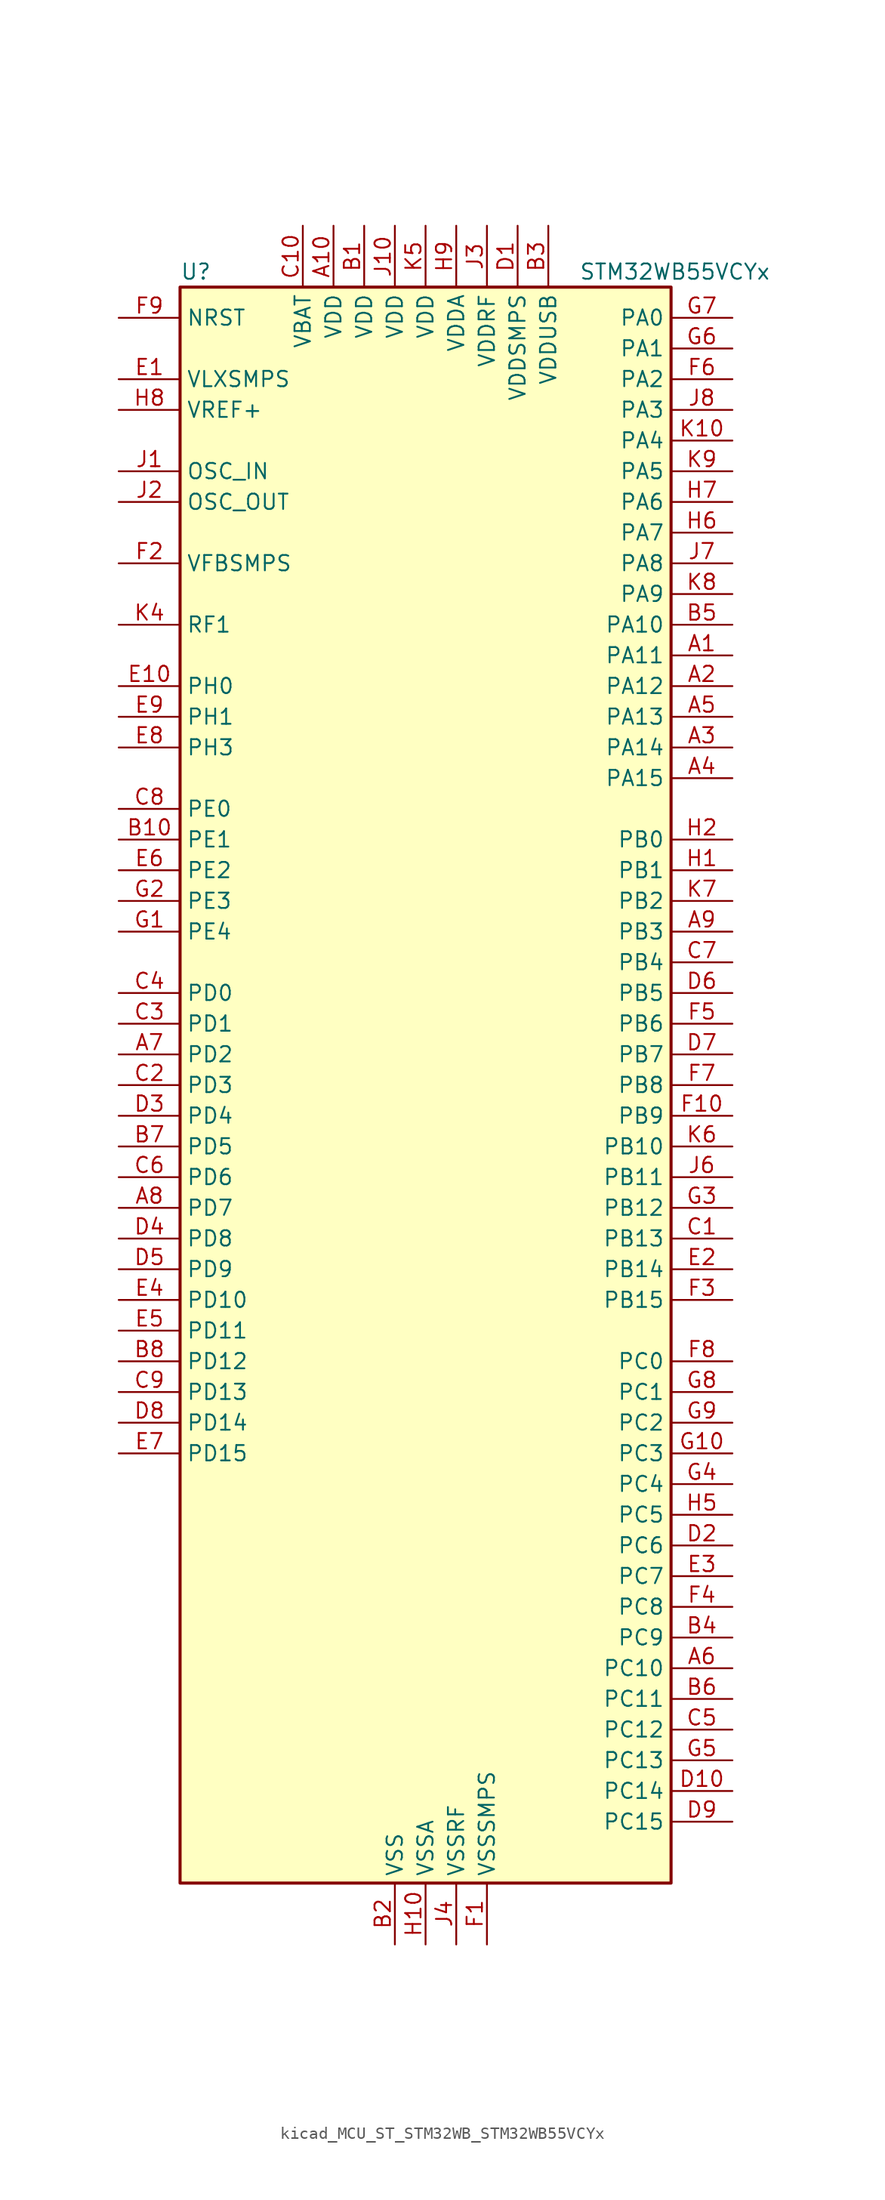
<source format=kicad_sym>
(kicad_symbol_lib
  (version 20220914)
  (generator kicad_symbol_editor)
  (symbol "kicad_MCU_ST_STM32WB_STM32WB55VCYx"
    (property "Reference" "U"
      (at -20.32 67.31 0)
      (effects (font (size 1.27 1.27)) (justify left)))
    (property "Value" "STM32WB55VCYx"
      (at 12.7 67.31 0)
      (effects (font (size 1.27 1.27)) (justify left)))
    (property "ki_locked" ""
      (at 0 0 0)
      (effects (font (size 1.27 1.27))))
    (symbol "kicad_MCU_ST_STM32WB_STM32WB55VCYx_0_1"
      (rectangle (start -20.32 -66.04) (end 20.32 66.04) (stroke (width 0.254) (type default)) (fill (type background))))
    (symbol "kicad_MCU_ST_STM32WB_STM32WB55VCYx_1_1"
      (pin bidirectional line (at 25.4 35.56 180) (length 5.08) (name "PA11" (effects (font (size 1.27 1.27)))) (number "A1" (effects (font (size 1.27 1.27)))) (alternate "ADC1_EXTI11" bidirectional line) (alternate "SPI1_MISO" bidirectional line) (alternate "TIM1_BKIN2" bidirectional line) (alternate "TIM1_CH4" bidirectional line) (alternate "USART1_CTS" bidirectional line) (alternate "USART1_NSS" bidirectional line) (alternate "USB_DM" bidirectional line))
      (pin power_in line (at -7.62 71.12 270) (length 5.08) (name "VDD" (effects (font (size 1.27 1.27)))) (number "A10" (effects (font (size 1.27 1.27)))))
      (pin bidirectional line (at 25.4 33.02 180) (length 5.08) (name "PA12" (effects (font (size 1.27 1.27)))) (number "A2" (effects (font (size 1.27 1.27)))) (alternate "LPUART1_RX" bidirectional line) (alternate "SPI1_MOSI" bidirectional line) (alternate "TIM1_ETR" bidirectional line) (alternate "USART1_DE" bidirectional line) (alternate "USART1_RTS" bidirectional line) (alternate "USB_DP" bidirectional line))
      (pin bidirectional line (at 25.4 27.94 180) (length 5.08) (name "PA14" (effects (font (size 1.27 1.27)))) (number "A3" (effects (font (size 1.27 1.27)))) (alternate "I2C1_SMBA" bidirectional line) (alternate "LCD_SEG5" bidirectional line) (alternate "LPTIM1_OUT" bidirectional line) (alternate "SAI1_FS_B" bidirectional line) (alternate "SYS_JTCK-SWCLK" bidirectional line))
      (pin bidirectional line (at 25.4 25.4 180) (length 5.08) (name "PA15" (effects (font (size 1.27 1.27)))) (number "A4" (effects (font (size 1.27 1.27)))) (alternate "ADC1_EXTI15" bidirectional line) (alternate "LCD_SEG17" bidirectional line) (alternate "RCC_MCO" bidirectional line) (alternate "SPI1_NSS" bidirectional line) (alternate "SYS_JTDI" bidirectional line) (alternate "TIM2_CH1" bidirectional line) (alternate "TIM2_ETR" bidirectional line) (alternate "TSC_G3_IO1" bidirectional line))
      (pin bidirectional line (at 25.4 30.48 180) (length 5.08) (name "PA13" (effects (font (size 1.27 1.27)))) (number "A5" (effects (font (size 1.27 1.27)))) (alternate "IR_OUT" bidirectional line) (alternate "SAI1_SD_B" bidirectional line) (alternate "SYS_JTMS-SWDIO" bidirectional line) (alternate "USB_NOE" bidirectional line))
      (pin bidirectional line (at 25.4 -48.26 180) (length 5.08) (name "PC10" (effects (font (size 1.27 1.27)))) (number "A6" (effects (font (size 1.27 1.27)))) (alternate "LCD_COM4" bidirectional line) (alternate "LCD_SEG28" bidirectional line) (alternate "LCD_SEG40" bidirectional line) (alternate "SYS_TRACED1" bidirectional line) (alternate "TSC_G3_IO2" bidirectional line))
      (pin bidirectional line (at -25.4 2.54 0) (length 5.08) (name "PD2" (effects (font (size 1.27 1.27)))) (number "A7" (effects (font (size 1.27 1.27)))) (alternate "LCD_COM7" bidirectional line) (alternate "LCD_SEG31" bidirectional line) (alternate "LCD_SEG43" bidirectional line) (alternate "SYS_TRACED2" bidirectional line) (alternate "TSC_SYNC" bidirectional line))
      (pin bidirectional line (at -25.4 -10.16 0) (length 5.08) (name "PD7" (effects (font (size 1.27 1.27)))) (number "A8" (effects (font (size 1.27 1.27)))) (alternate "LCD_SEG39" bidirectional line) (alternate "QUADSPI_BK1_IO3" bidirectional line) (alternate "TSC_G5_IO4" bidirectional line))
      (pin bidirectional line (at 25.4 12.7 180) (length 5.08) (name "PB3" (effects (font (size 1.27 1.27)))) (number "A9" (effects (font (size 1.27 1.27)))) (alternate "COMP2_INM" bidirectional line) (alternate "LCD_SEG7" bidirectional line) (alternate "SAI1_SCK_B" bidirectional line) (alternate "SPI1_SCK" bidirectional line) (alternate "SYS_JTDO-SWO" bidirectional line) (alternate "TIM2_CH2" bidirectional line) (alternate "USART1_DE" bidirectional line) (alternate "USART1_RTS" bidirectional line))
      (pin power_in line (at -5.08 71.12 270) (length 5.08) (name "VDD" (effects (font (size 1.27 1.27)))) (number "B1" (effects (font (size 1.27 1.27)))))
      (pin bidirectional line (at -25.4 20.32 0) (length 5.08) (name "PE1" (effects (font (size 1.27 1.27)))) (number "B10" (effects (font (size 1.27 1.27)))) (alternate "LCD_SEG37" bidirectional line) (alternate "TIM17_CH1" bidirectional line) (alternate "TSC_G7_IO2" bidirectional line))
      (pin power_in line (at -2.54 -71.12 90) (length 5.08) (name "VSS" (effects (font (size 1.27 1.27)))) (number "B2" (effects (font (size 1.27 1.27)))))
      (pin power_in line (at 10.16 71.12 270) (length 5.08) (name "VDDUSB" (effects (font (size 1.27 1.27)))) (number "B3" (effects (font (size 1.27 1.27)))))
      (pin bidirectional line (at 25.4 -45.72 180) (length 5.08) (name "PC9" (effects (font (size 1.27 1.27)))) (number "B4" (effects (font (size 1.27 1.27)))) (alternate "LCD_SEG27" bidirectional line) (alternate "SAI1_SCK_B" bidirectional line) (alternate "TIM1_BKIN" bidirectional line) (alternate "TSC_G4_IO4" bidirectional line) (alternate "USB_NOE" bidirectional line))
      (pin bidirectional line (at 25.4 38.1 180) (length 5.08) (name "PA10" (effects (font (size 1.27 1.27)))) (number "B5" (effects (font (size 1.27 1.27)))) (alternate "CRS_SYNC" bidirectional line) (alternate "I2C1_SDA" bidirectional line) (alternate "LCD_COM2" bidirectional line) (alternate "SAI1_D1" bidirectional line) (alternate "SAI1_SD_A" bidirectional line) (alternate "TIM17_BKIN" bidirectional line) (alternate "TIM1_CH3" bidirectional line) (alternate "USART1_RX" bidirectional line))
      (pin bidirectional line (at 25.4 -50.8 180) (length 5.08) (name "PC11" (effects (font (size 1.27 1.27)))) (number "B6" (effects (font (size 1.27 1.27)))) (alternate "ADC1_EXTI11" bidirectional line) (alternate "LCD_COM5" bidirectional line) (alternate "LCD_SEG29" bidirectional line) (alternate "LCD_SEG41" bidirectional line) (alternate "TSC_G3_IO3" bidirectional line))
      (pin bidirectional line (at -25.4 -5.08 0) (length 5.08) (name "PD5" (effects (font (size 1.27 1.27)))) (number "B7" (effects (font (size 1.27 1.27)))) (alternate "QUADSPI_BK1_IO1" bidirectional line) (alternate "SAI1_MCLK_B" bidirectional line) (alternate "TSC_G5_IO2" bidirectional line))
      (pin bidirectional line (at -25.4 -22.86 0) (length 5.08) (name "PD12" (effects (font (size 1.27 1.27)))) (number "B8" (effects (font (size 1.27 1.27)))) (alternate "LCD_SEG32" bidirectional line) (alternate "LPTIM2_IN1" bidirectional line) (alternate "TSC_G6_IO3" bidirectional line))
      (pin passive line (at -2.54 -71.12 90) (length 5.08) hide (name "VSS" (effects (font (size 1.27 1.27)))) (number "B9" (effects (font (size 1.27 1.27)))))
      (pin bidirectional line (at 25.4 -12.7 180) (length 5.08) (name "PB13" (effects (font (size 1.27 1.27)))) (number "C1" (effects (font (size 1.27 1.27)))) (alternate "I2C3_SCL" bidirectional line) (alternate "LCD_SEG13" bidirectional line) (alternate "LPUART1_CTS" bidirectional line) (alternate "SAI1_SCK_A" bidirectional line) (alternate "SPI2_SCK" bidirectional line) (alternate "TIM1_CH1N" bidirectional line) (alternate "TSC_G1_IO2" bidirectional line))
      (pin power_in line (at -10.16 71.12 270) (length 5.08) (name "VBAT" (effects (font (size 1.27 1.27)))) (number "C10" (effects (font (size 1.27 1.27)))))
      (pin bidirectional line (at -25.4 0 0) (length 5.08) (name "PD3" (effects (font (size 1.27 1.27)))) (number "C2" (effects (font (size 1.27 1.27)))) (alternate "QUADSPI_BK1_NCS" bidirectional line) (alternate "SPI2_MISO" bidirectional line) (alternate "SPI2_SCK" bidirectional line))
      (pin bidirectional line (at -25.4 5.08 0) (length 5.08) (name "PD1" (effects (font (size 1.27 1.27)))) (number "C3" (effects (font (size 1.27 1.27)))) (alternate "SPI2_SCK" bidirectional line))
      (pin bidirectional line (at -25.4 7.62 0) (length 5.08) (name "PD0" (effects (font (size 1.27 1.27)))) (number "C4" (effects (font (size 1.27 1.27)))) (alternate "SPI2_NSS" bidirectional line))
      (pin bidirectional line (at 25.4 -53.34 180) (length 5.08) (name "PC12" (effects (font (size 1.27 1.27)))) (number "C5" (effects (font (size 1.27 1.27)))) (alternate "LCD_COM6" bidirectional line) (alternate "LCD_SEG30" bidirectional line) (alternate "LCD_SEG42" bidirectional line) (alternate "RCC_LSCO" bidirectional line) (alternate "RTC_TAMP3" bidirectional line) (alternate "SYS_TRACED3" bidirectional line) (alternate "SYS_WKUP3" bidirectional line) (alternate "TSC_G3_IO4" bidirectional line))
      (pin bidirectional line (at -25.4 -7.62 0) (length 5.08) (name "PD6" (effects (font (size 1.27 1.27)))) (number "C6" (effects (font (size 1.27 1.27)))) (alternate "QUADSPI_BK1_IO2" bidirectional line) (alternate "SAI1_D1" bidirectional line) (alternate "SAI1_SD_A" bidirectional line) (alternate "TSC_G5_IO3" bidirectional line))
      (pin bidirectional line (at 25.4 10.16 180) (length 5.08) (name "PB4" (effects (font (size 1.27 1.27)))) (number "C7" (effects (font (size 1.27 1.27)))) (alternate "COMP2_INP" bidirectional line) (alternate "I2C3_SDA" bidirectional line) (alternate "LCD_SEG8" bidirectional line) (alternate "SAI1_MCLK_B" bidirectional line) (alternate "SPI1_MISO" bidirectional line) (alternate "SYS_JTRST" bidirectional line) (alternate "TIM17_BKIN" bidirectional line) (alternate "TSC_G2_IO1" bidirectional line) (alternate "USART1_CTS" bidirectional line) (alternate "USART1_NSS" bidirectional line))
      (pin bidirectional line (at -25.4 22.86 0) (length 5.08) (name "PE0" (effects (font (size 1.27 1.27)))) (number "C8" (effects (font (size 1.27 1.27)))) (alternate "LCD_SEG36" bidirectional line) (alternate "TIM16_CH1" bidirectional line) (alternate "TIM1_ETR" bidirectional line) (alternate "TSC_G7_IO3" bidirectional line))
      (pin bidirectional line (at -25.4 -25.4 0) (length 5.08) (name "PD13" (effects (font (size 1.27 1.27)))) (number "C9" (effects (font (size 1.27 1.27)))) (alternate "LCD_SEG33" bidirectional line) (alternate "LPTIM2_OUT" bidirectional line) (alternate "TSC_G6_IO4" bidirectional line))
      (pin power_in line (at 7.62 71.12 270) (length 5.08) (name "VDDSMPS" (effects (font (size 1.27 1.27)))) (number "D1" (effects (font (size 1.27 1.27)))))
      (pin bidirectional line (at 25.4 -58.42 180) (length 5.08) (name "PC14" (effects (font (size 1.27 1.27)))) (number "D10" (effects (font (size 1.27 1.27)))) (alternate "RCC_OSC32_IN" bidirectional line))
      (pin bidirectional line (at 25.4 -38.1 180) (length 5.08) (name "PC6" (effects (font (size 1.27 1.27)))) (number "D2" (effects (font (size 1.27 1.27)))) (alternate "LCD_SEG24" bidirectional line) (alternate "TSC_G4_IO1" bidirectional line))
      (pin bidirectional line (at -25.4 -2.54 0) (length 5.08) (name "PD4" (effects (font (size 1.27 1.27)))) (number "D3" (effects (font (size 1.27 1.27)))) (alternate "QUADSPI_BK1_IO0" bidirectional line) (alternate "SPI2_MOSI" bidirectional line) (alternate "TSC_G5_IO1" bidirectional line))
      (pin bidirectional line (at -25.4 -12.7 0) (length 5.08) (name "PD8" (effects (font (size 1.27 1.27)))) (number "D4" (effects (font (size 1.27 1.27)))) (alternate "LCD_SEG28" bidirectional line) (alternate "TIM1_BKIN2" bidirectional line))
      (pin bidirectional line (at -25.4 -15.24 0) (length 5.08) (name "PD9" (effects (font (size 1.27 1.27)))) (number "D5" (effects (font (size 1.27 1.27)))) (alternate "LCD_SEG29" bidirectional line) (alternate "SYS_TRACED0" bidirectional line))
      (pin bidirectional line (at 25.4 7.62 180) (length 5.08) (name "PB5" (effects (font (size 1.27 1.27)))) (number "D6" (effects (font (size 1.27 1.27)))) (alternate "COMP2_OUT" bidirectional line) (alternate "I2C1_SMBA" bidirectional line) (alternate "LCD_SEG9" bidirectional line) (alternate "LPTIM1_IN1" bidirectional line) (alternate "LPUART1_TX" bidirectional line) (alternate "SAI1_SD_B" bidirectional line) (alternate "SPI1_MOSI" bidirectional line) (alternate "TIM16_BKIN" bidirectional line) (alternate "TSC_G2_IO2" bidirectional line) (alternate "USART1_CK" bidirectional line))
      (pin bidirectional line (at 25.4 2.54 180) (length 5.08) (name "PB7" (effects (font (size 1.27 1.27)))) (number "D7" (effects (font (size 1.27 1.27)))) (alternate "COMP2_INM" bidirectional line) (alternate "I2C1_SDA" bidirectional line) (alternate "LCD_SEG21" bidirectional line) (alternate "LPTIM1_IN2" bidirectional line) (alternate "SYS_PVD_IN" bidirectional line) (alternate "TIM17_CH1N" bidirectional line) (alternate "TIM1_BKIN" bidirectional line) (alternate "TSC_G2_IO4" bidirectional line) (alternate "USART1_RX" bidirectional line))
      (pin bidirectional line (at -25.4 -27.94 0) (length 5.08) (name "PD14" (effects (font (size 1.27 1.27)))) (number "D8" (effects (font (size 1.27 1.27)))) (alternate "LCD_SEG34" bidirectional line) (alternate "TIM1_CH1" bidirectional line))
      (pin bidirectional line (at 25.4 -60.96 180) (length 5.08) (name "PC15" (effects (font (size 1.27 1.27)))) (number "D9" (effects (font (size 1.27 1.27)))) (alternate "ADC1_EXTI15" bidirectional line) (alternate "RCC_OSC32_OUT" bidirectional line))
      (pin power_in line (at -25.4 58.42 0) (length 5.08) (name "VLXSMPS" (effects (font (size 1.27 1.27)))) (number "E1" (effects (font (size 1.27 1.27)))))
      (pin bidirectional line (at -25.4 33.02 0) (length 5.08) (name "PH0" (effects (font (size 1.27 1.27)))) (number "E10" (effects (font (size 1.27 1.27)))))
      (pin bidirectional line (at 25.4 -15.24 180) (length 5.08) (name "PB14" (effects (font (size 1.27 1.27)))) (number "E2" (effects (font (size 1.27 1.27)))) (alternate "I2C3_SDA" bidirectional line) (alternate "LCD_SEG14" bidirectional line) (alternate "SAI1_MCLK_A" bidirectional line) (alternate "SPI2_MISO" bidirectional line) (alternate "TIM1_CH2N" bidirectional line) (alternate "TSC_G1_IO3" bidirectional line))
      (pin bidirectional line (at 25.4 -40.64 180) (length 5.08) (name "PC7" (effects (font (size 1.27 1.27)))) (number "E3" (effects (font (size 1.27 1.27)))) (alternate "LCD_SEG25" bidirectional line) (alternate "TSC_G4_IO2" bidirectional line))
      (pin bidirectional line (at -25.4 -17.78 0) (length 5.08) (name "PD10" (effects (font (size 1.27 1.27)))) (number "E4" (effects (font (size 1.27 1.27)))) (alternate "LCD_SEG30" bidirectional line) (alternate "SYS_TRIG_INOUT" bidirectional line) (alternate "TSC_G6_IO1" bidirectional line))
      (pin bidirectional line (at -25.4 -20.32 0) (length 5.08) (name "PD11" (effects (font (size 1.27 1.27)))) (number "E5" (effects (font (size 1.27 1.27)))) (alternate "ADC1_EXTI11" bidirectional line) (alternate "LCD_SEG31" bidirectional line) (alternate "LPTIM2_ETR" bidirectional line) (alternate "TSC_G6_IO2" bidirectional line))
      (pin bidirectional line (at -25.4 17.78 0) (length 5.08) (name "PE2" (effects (font (size 1.27 1.27)))) (number "E6" (effects (font (size 1.27 1.27)))) (alternate "LCD_SEG38" bidirectional line) (alternate "SAI1_CK1" bidirectional line) (alternate "SAI1_MCLK_A" bidirectional line) (alternate "SYS_TRACECLK" bidirectional line) (alternate "TSC_G7_IO1" bidirectional line))
      (pin bidirectional line (at -25.4 -30.48 0) (length 5.08) (name "PD15" (effects (font (size 1.27 1.27)))) (number "E7" (effects (font (size 1.27 1.27)))) (alternate "ADC1_EXTI15" bidirectional line) (alternate "LCD_SEG35" bidirectional line) (alternate "TIM1_CH2" bidirectional line))
      (pin bidirectional line (at -25.4 27.94 0) (length 5.08) (name "PH3" (effects (font (size 1.27 1.27)))) (number "E8" (effects (font (size 1.27 1.27)))) (alternate "RCC_LSCO" bidirectional line))
      (pin bidirectional line (at -25.4 30.48 0) (length 5.08) (name "PH1" (effects (font (size 1.27 1.27)))) (number "E9" (effects (font (size 1.27 1.27)))))
      (pin power_in line (at 5.08 -71.12 90) (length 5.08) (name "VSSSMPS" (effects (font (size 1.27 1.27)))) (number "F1" (effects (font (size 1.27 1.27)))))
      (pin bidirectional line (at 25.4 -2.54 180) (length 5.08) (name "PB9" (effects (font (size 1.27 1.27)))) (number "F10" (effects (font (size 1.27 1.27)))) (alternate "I2C1_SDA" bidirectional line) (alternate "IR_OUT" bidirectional line) (alternate "LCD_COM3" bidirectional line) (alternate "QUADSPI_BK1_IO0" bidirectional line) (alternate "SAI1_D2" bidirectional line) (alternate "SAI1_FS_A" bidirectional line) (alternate "SPI2_NSS" bidirectional line) (alternate "TIM17_CH1" bidirectional line) (alternate "TIM1_CH3N" bidirectional line) (alternate "TSC_G7_IO4" bidirectional line))
      (pin input line (at -25.4 43.18 0) (length 5.08) (name "VFBSMPS" (effects (font (size 1.27 1.27)))) (number "F2" (effects (font (size 1.27 1.27)))))
      (pin bidirectional line (at 25.4 -17.78 180) (length 5.08) (name "PB15" (effects (font (size 1.27 1.27)))) (number "F3" (effects (font (size 1.27 1.27)))) (alternate "ADC1_EXTI15" bidirectional line) (alternate "LCD_SEG15" bidirectional line) (alternate "RTC_REFIN" bidirectional line) (alternate "SAI1_SD_A" bidirectional line) (alternate "SPI2_MOSI" bidirectional line) (alternate "TIM1_CH3N" bidirectional line) (alternate "TSC_G1_IO4" bidirectional line))
      (pin bidirectional line (at 25.4 -43.18 180) (length 5.08) (name "PC8" (effects (font (size 1.27 1.27)))) (number "F4" (effects (font (size 1.27 1.27)))) (alternate "LCD_SEG26" bidirectional line) (alternate "TSC_G4_IO3" bidirectional line))
      (pin bidirectional line (at 25.4 5.08 180) (length 5.08) (name "PB6" (effects (font (size 1.27 1.27)))) (number "F5" (effects (font (size 1.27 1.27)))) (alternate "COMP2_INP" bidirectional line) (alternate "I2C1_SCL" bidirectional line) (alternate "LCD_SEG6" bidirectional line) (alternate "LPTIM1_ETR" bidirectional line) (alternate "RCC_MCO" bidirectional line) (alternate "SAI1_FS_B" bidirectional line) (alternate "TIM16_CH1N" bidirectional line) (alternate "TSC_G2_IO3" bidirectional line) (alternate "USART1_TX" bidirectional line))
      (pin bidirectional line (at 25.4 58.42 180) (length 5.08) (name "PA2" (effects (font (size 1.27 1.27)))) (number "F6" (effects (font (size 1.27 1.27)))) (alternate "ADC1_IN7" bidirectional line) (alternate "COMP2_INM" bidirectional line) (alternate "COMP2_OUT" bidirectional line) (alternate "LCD_SEG1" bidirectional line) (alternate "LPUART1_TX" bidirectional line) (alternate "QUADSPI_BK1_NCS" bidirectional line) (alternate "RCC_LSCO" bidirectional line) (alternate "SYS_WKUP4" bidirectional line) (alternate "TIM2_CH3" bidirectional line))
      (pin bidirectional line (at 25.4 0 180) (length 5.08) (name "PB8" (effects (font (size 1.27 1.27)))) (number "F7" (effects (font (size 1.27 1.27)))) (alternate "I2C1_SCL" bidirectional line) (alternate "LCD_SEG16" bidirectional line) (alternate "QUADSPI_BK1_IO1" bidirectional line) (alternate "SAI1_CK1" bidirectional line) (alternate "SAI1_MCLK_A" bidirectional line) (alternate "TIM16_CH1" bidirectional line) (alternate "TIM1_CH2N" bidirectional line))
      (pin bidirectional line (at 25.4 -22.86 180) (length 5.08) (name "PC0" (effects (font (size 1.27 1.27)))) (number "F8" (effects (font (size 1.27 1.27)))) (alternate "ADC1_IN1" bidirectional line) (alternate "I2C3_SCL" bidirectional line) (alternate "LCD_SEG18" bidirectional line) (alternate "LPTIM1_IN1" bidirectional line) (alternate "LPTIM2_IN1" bidirectional line) (alternate "LPUART1_RX" bidirectional line))
      (pin input line (at -25.4 63.5 0) (length 5.08) (name "NRST" (effects (font (size 1.27 1.27)))) (number "F9" (effects (font (size 1.27 1.27)))))
      (pin bidirectional line (at -25.4 12.7 0) (length 5.08) (name "PE4" (effects (font (size 1.27 1.27)))) (number "G1" (effects (font (size 1.27 1.27)))))
      (pin bidirectional line (at 25.4 -30.48 180) (length 5.08) (name "PC3" (effects (font (size 1.27 1.27)))) (number "G10" (effects (font (size 1.27 1.27)))) (alternate "ADC1_IN4" bidirectional line) (alternate "LCD_VLCD" bidirectional line) (alternate "LPTIM1_ETR" bidirectional line) (alternate "LPTIM2_ETR" bidirectional line) (alternate "SAI1_D1" bidirectional line) (alternate "SAI1_SD_A" bidirectional line) (alternate "SPI2_MOSI" bidirectional line))
      (pin bidirectional line (at -25.4 15.24 0) (length 5.08) (name "PE3" (effects (font (size 1.27 1.27)))) (number "G2" (effects (font (size 1.27 1.27)))))
      (pin bidirectional line (at 25.4 -10.16 180) (length 5.08) (name "PB12" (effects (font (size 1.27 1.27)))) (number "G3" (effects (font (size 1.27 1.27)))) (alternate "I2C3_SMBA" bidirectional line) (alternate "LCD_SEG12" bidirectional line) (alternate "LPUART1_DE" bidirectional line) (alternate "LPUART1_RTS" bidirectional line) (alternate "SAI1_FS_A" bidirectional line) (alternate "SPI2_NSS" bidirectional line) (alternate "TIM1_BKIN" bidirectional line) (alternate "TSC_G1_IO1" bidirectional line))
      (pin bidirectional line (at 25.4 -33.02 180) (length 5.08) (name "PC4" (effects (font (size 1.27 1.27)))) (number "G4" (effects (font (size 1.27 1.27)))) (alternate "ADC1_IN13" bidirectional line) (alternate "COMP1_INM" bidirectional line) (alternate "LCD_SEG22" bidirectional line))
      (pin bidirectional line (at 25.4 -55.88 180) (length 5.08) (name "PC13" (effects (font (size 1.27 1.27)))) (number "G5" (effects (font (size 1.27 1.27)))) (alternate "RTC_OUT1" bidirectional line) (alternate "RTC_TAMP1" bidirectional line) (alternate "RTC_TS" bidirectional line) (alternate "SYS_WKUP2" bidirectional line))
      (pin bidirectional line (at 25.4 60.96 180) (length 5.08) (name "PA1" (effects (font (size 1.27 1.27)))) (number "G6" (effects (font (size 1.27 1.27)))) (alternate "ADC1_IN6" bidirectional line) (alternate "COMP1_INP" bidirectional line) (alternate "I2C1_SMBA" bidirectional line) (alternate "LCD_SEG0" bidirectional line) (alternate "SPI1_SCK" bidirectional line) (alternate "TIM2_CH2" bidirectional line))
      (pin bidirectional line (at 25.4 63.5 180) (length 5.08) (name "PA0" (effects (font (size 1.27 1.27)))) (number "G7" (effects (font (size 1.27 1.27)))) (alternate "ADC1_IN5" bidirectional line) (alternate "COMP1_INM" bidirectional line) (alternate "COMP1_OUT" bidirectional line) (alternate "RTC_TAMP2" bidirectional line) (alternate "SAI1_EXTCLK" bidirectional line) (alternate "SYS_WKUP1" bidirectional line) (alternate "TIM2_CH1" bidirectional line) (alternate "TIM2_ETR" bidirectional line))
      (pin bidirectional line (at 25.4 -25.4 180) (length 5.08) (name "PC1" (effects (font (size 1.27 1.27)))) (number "G8" (effects (font (size 1.27 1.27)))) (alternate "ADC1_IN2" bidirectional line) (alternate "I2C3_SDA" bidirectional line) (alternate "LCD_SEG19" bidirectional line) (alternate "LPTIM1_OUT" bidirectional line) (alternate "LPUART1_TX" bidirectional line) (alternate "SPI2_MOSI" bidirectional line))
      (pin bidirectional line (at 25.4 -27.94 180) (length 5.08) (name "PC2" (effects (font (size 1.27 1.27)))) (number "G9" (effects (font (size 1.27 1.27)))) (alternate "ADC1_IN3" bidirectional line) (alternate "LCD_SEG20" bidirectional line) (alternate "LPTIM1_IN2" bidirectional line) (alternate "SPI2_MISO" bidirectional line))
      (pin bidirectional line (at 25.4 17.78 180) (length 5.08) (name "PB1" (effects (font (size 1.27 1.27)))) (number "H1" (effects (font (size 1.27 1.27)))) (alternate "LPTIM2_IN1" bidirectional line) (alternate "LPUART1_DE" bidirectional line) (alternate "LPUART1_RTS" bidirectional line))
      (pin power_in line (at 0 -71.12 90) (length 5.08) (name "VSSA" (effects (font (size 1.27 1.27)))) (number "H10" (effects (font (size 1.27 1.27)))))
      (pin bidirectional line (at 25.4 20.32 180) (length 5.08) (name "PB0" (effects (font (size 1.27 1.27)))) (number "H2" (effects (font (size 1.27 1.27)))) (alternate "COMP1_OUT" bidirectional line) (alternate "RF_TX_MOD_EXT_PA" bidirectional line))
      (pin no_connect line (at -20.32 -66.04 0) (length 5.08) hide (name "AT0" (effects (font (size 1.27 1.27)))) (number "H3" (effects (font (size 1.27 1.27)))))
      (pin no_connect line (at -20.32 -63.5 0) (length 5.08) hide (name "AT1" (effects (font (size 1.27 1.27)))) (number "H4" (effects (font (size 1.27 1.27)))))
      (pin bidirectional line (at 25.4 -35.56 180) (length 5.08) (name "PC5" (effects (font (size 1.27 1.27)))) (number "H5" (effects (font (size 1.27 1.27)))) (alternate "ADC1_IN14" bidirectional line) (alternate "COMP1_INP" bidirectional line) (alternate "LCD_SEG23" bidirectional line) (alternate "SAI1_D3" bidirectional line) (alternate "SYS_WKUP5" bidirectional line))
      (pin bidirectional line (at 25.4 45.72 180) (length 5.08) (name "PA7" (effects (font (size 1.27 1.27)))) (number "H6" (effects (font (size 1.27 1.27)))) (alternate "ADC1_IN12" bidirectional line) (alternate "COMP2_OUT" bidirectional line) (alternate "I2C3_SCL" bidirectional line) (alternate "LCD_SEG4" bidirectional line) (alternate "QUADSPI_BK1_IO2" bidirectional line) (alternate "SPI1_MOSI" bidirectional line) (alternate "TIM17_CH1" bidirectional line) (alternate "TIM1_CH1N" bidirectional line))
      (pin bidirectional line (at 25.4 48.26 180) (length 5.08) (name "PA6" (effects (font (size 1.27 1.27)))) (number "H7" (effects (font (size 1.27 1.27)))) (alternate "ADC1_IN11" bidirectional line) (alternate "LCD_SEG3" bidirectional line) (alternate "LPUART1_CTS" bidirectional line) (alternate "QUADSPI_BK1_IO3" bidirectional line) (alternate "SPI1_MISO" bidirectional line) (alternate "TIM16_CH1" bidirectional line) (alternate "TIM1_BKIN" bidirectional line))
      (pin input line (at -25.4 55.88 0) (length 5.08) (name "VREF+" (effects (font (size 1.27 1.27)))) (number "H8" (effects (font (size 1.27 1.27)))) (alternate "VREFBUF_OUT" bidirectional line))
      (pin power_in line (at 2.54 71.12 270) (length 5.08) (name "VDDA" (effects (font (size 1.27 1.27)))) (number "H9" (effects (font (size 1.27 1.27)))))
      (pin input line (at -25.4 50.8 0) (length 5.08) (name "OSC_IN" (effects (font (size 1.27 1.27)))) (number "J1" (effects (font (size 1.27 1.27)))) (alternate "RCC_OSC_IN" bidirectional line))
      (pin power_in line (at -2.54 71.12 270) (length 5.08) (name "VDD" (effects (font (size 1.27 1.27)))) (number "J10" (effects (font (size 1.27 1.27)))))
      (pin input line (at -25.4 48.26 0) (length 5.08) (name "OSC_OUT" (effects (font (size 1.27 1.27)))) (number "J2" (effects (font (size 1.27 1.27)))) (alternate "RCC_OSC_OUT" bidirectional line))
      (pin power_in line (at 5.08 71.12 270) (length 5.08) (name "VDDRF" (effects (font (size 1.27 1.27)))) (number "J3" (effects (font (size 1.27 1.27)))))
      (pin power_in line (at 2.54 -71.12 90) (length 5.08) (name "VSSRF" (effects (font (size 1.27 1.27)))) (number "J4" (effects (font (size 1.27 1.27)))))
      (pin passive line (at -2.54 -71.12 90) (length 5.08) hide (name "VSS" (effects (font (size 1.27 1.27)))) (number "J5" (effects (font (size 1.27 1.27)))))
      (pin bidirectional line (at 25.4 -7.62 180) (length 5.08) (name "PB11" (effects (font (size 1.27 1.27)))) (number "J6" (effects (font (size 1.27 1.27)))) (alternate "ADC1_EXTI11" bidirectional line) (alternate "COMP2_OUT" bidirectional line) (alternate "I2C3_SDA" bidirectional line) (alternate "LCD_SEG11" bidirectional line) (alternate "LPUART1_TX" bidirectional line) (alternate "QUADSPI_BK1_NCS" bidirectional line) (alternate "TIM2_CH4" bidirectional line))
      (pin bidirectional line (at 25.4 43.18 180) (length 5.08) (name "PA8" (effects (font (size 1.27 1.27)))) (number "J7" (effects (font (size 1.27 1.27)))) (alternate "ADC1_IN15" bidirectional line) (alternate "LCD_COM0" bidirectional line) (alternate "LPTIM2_OUT" bidirectional line) (alternate "RCC_MCO" bidirectional line) (alternate "SAI1_CK2" bidirectional line) (alternate "SAI1_SCK_A" bidirectional line) (alternate "TIM1_CH1" bidirectional line) (alternate "USART1_CK" bidirectional line))
      (pin bidirectional line (at 25.4 55.88 180) (length 5.08) (name "PA3" (effects (font (size 1.27 1.27)))) (number "J8" (effects (font (size 1.27 1.27)))) (alternate "ADC1_IN8" bidirectional line) (alternate "COMP2_INP" bidirectional line) (alternate "LCD_SEG2" bidirectional line) (alternate "LPUART1_RX" bidirectional line) (alternate "QUADSPI_CLK" bidirectional line) (alternate "SAI1_CK1" bidirectional line) (alternate "SAI1_MCLK_A" bidirectional line) (alternate "TIM2_CH4" bidirectional line))
      (pin passive line (at -2.54 -71.12 90) (length 5.08) hide (name "VSS" (effects (font (size 1.27 1.27)))) (number "J9" (effects (font (size 1.27 1.27)))))
      (pin passive line (at 2.54 -71.12 90) (length 5.08) hide (name "VSSRF" (effects (font (size 1.27 1.27)))) (number "K1" (effects (font (size 1.27 1.27)))))
      (pin bidirectional line (at 25.4 53.34 180) (length 5.08) (name "PA4" (effects (font (size 1.27 1.27)))) (number "K10" (effects (font (size 1.27 1.27)))) (alternate "ADC1_IN9" bidirectional line) (alternate "COMP1_INM" bidirectional line) (alternate "COMP2_INM" bidirectional line) (alternate "LCD_SEG5" bidirectional line) (alternate "LPTIM2_OUT" bidirectional line) (alternate "SAI1_FS_B" bidirectional line) (alternate "SPI1_NSS" bidirectional line))
      (pin passive line (at 2.54 -71.12 90) (length 5.08) hide (name "VSSRF" (effects (font (size 1.27 1.27)))) (number "K2" (effects (font (size 1.27 1.27)))))
      (pin passive line (at 2.54 -71.12 90) (length 5.08) hide (name "VSSRF" (effects (font (size 1.27 1.27)))) (number "K3" (effects (font (size 1.27 1.27)))))
      (pin bidirectional line (at -25.4 38.1 0) (length 5.08) (name "RF1" (effects (font (size 1.27 1.27)))) (number "K4" (effects (font (size 1.27 1.27)))) (alternate "RF_RF1" bidirectional line))
      (pin power_in line (at 0 71.12 270) (length 5.08) (name "VDD" (effects (font (size 1.27 1.27)))) (number "K5" (effects (font (size 1.27 1.27)))))
      (pin bidirectional line (at 25.4 -5.08 180) (length 5.08) (name "PB10" (effects (font (size 1.27 1.27)))) (number "K6" (effects (font (size 1.27 1.27)))) (alternate "COMP1_OUT" bidirectional line) (alternate "I2C3_SCL" bidirectional line) (alternate "LCD_SEG10" bidirectional line) (alternate "LPUART1_RX" bidirectional line) (alternate "QUADSPI_CLK" bidirectional line) (alternate "SAI1_SCK_A" bidirectional line) (alternate "SPI2_SCK" bidirectional line) (alternate "TIM2_CH3" bidirectional line) (alternate "TSC_SYNC" bidirectional line))
      (pin bidirectional line (at 25.4 15.24 180) (length 5.08) (name "PB2" (effects (font (size 1.27 1.27)))) (number "K7" (effects (font (size 1.27 1.27)))) (alternate "COMP1_INP" bidirectional line) (alternate "I2C3_SMBA" bidirectional line) (alternate "LCD_VLCD" bidirectional line) (alternate "LPTIM1_OUT" bidirectional line) (alternate "RTC_OUT2" bidirectional line) (alternate "SAI1_EXTCLK" bidirectional line) (alternate "SPI1_NSS" bidirectional line))
      (pin bidirectional line (at 25.4 40.64 180) (length 5.08) (name "PA9" (effects (font (size 1.27 1.27)))) (number "K8" (effects (font (size 1.27 1.27)))) (alternate "ADC1_IN16" bidirectional line) (alternate "COMP1_INM" bidirectional line) (alternate "I2C1_SCL" bidirectional line) (alternate "LCD_COM1" bidirectional line) (alternate "SAI1_D2" bidirectional line) (alternate "SAI1_FS_A" bidirectional line) (alternate "SPI2_SCK" bidirectional line) (alternate "TIM1_CH2" bidirectional line) (alternate "USART1_TX" bidirectional line))
      (pin bidirectional line (at 25.4 50.8 180) (length 5.08) (name "PA5" (effects (font (size 1.27 1.27)))) (number "K9" (effects (font (size 1.27 1.27)))) (alternate "ADC1_IN10" bidirectional line) (alternate "COMP1_INM" bidirectional line) (alternate "COMP2_INM" bidirectional line) (alternate "LPTIM2_ETR" bidirectional line) (alternate "SAI1_SD_B" bidirectional line) (alternate "SPI1_SCK" bidirectional line) (alternate "TIM2_CH1" bidirectional line) (alternate "TIM2_ETR" bidirectional line)))))
</source>
